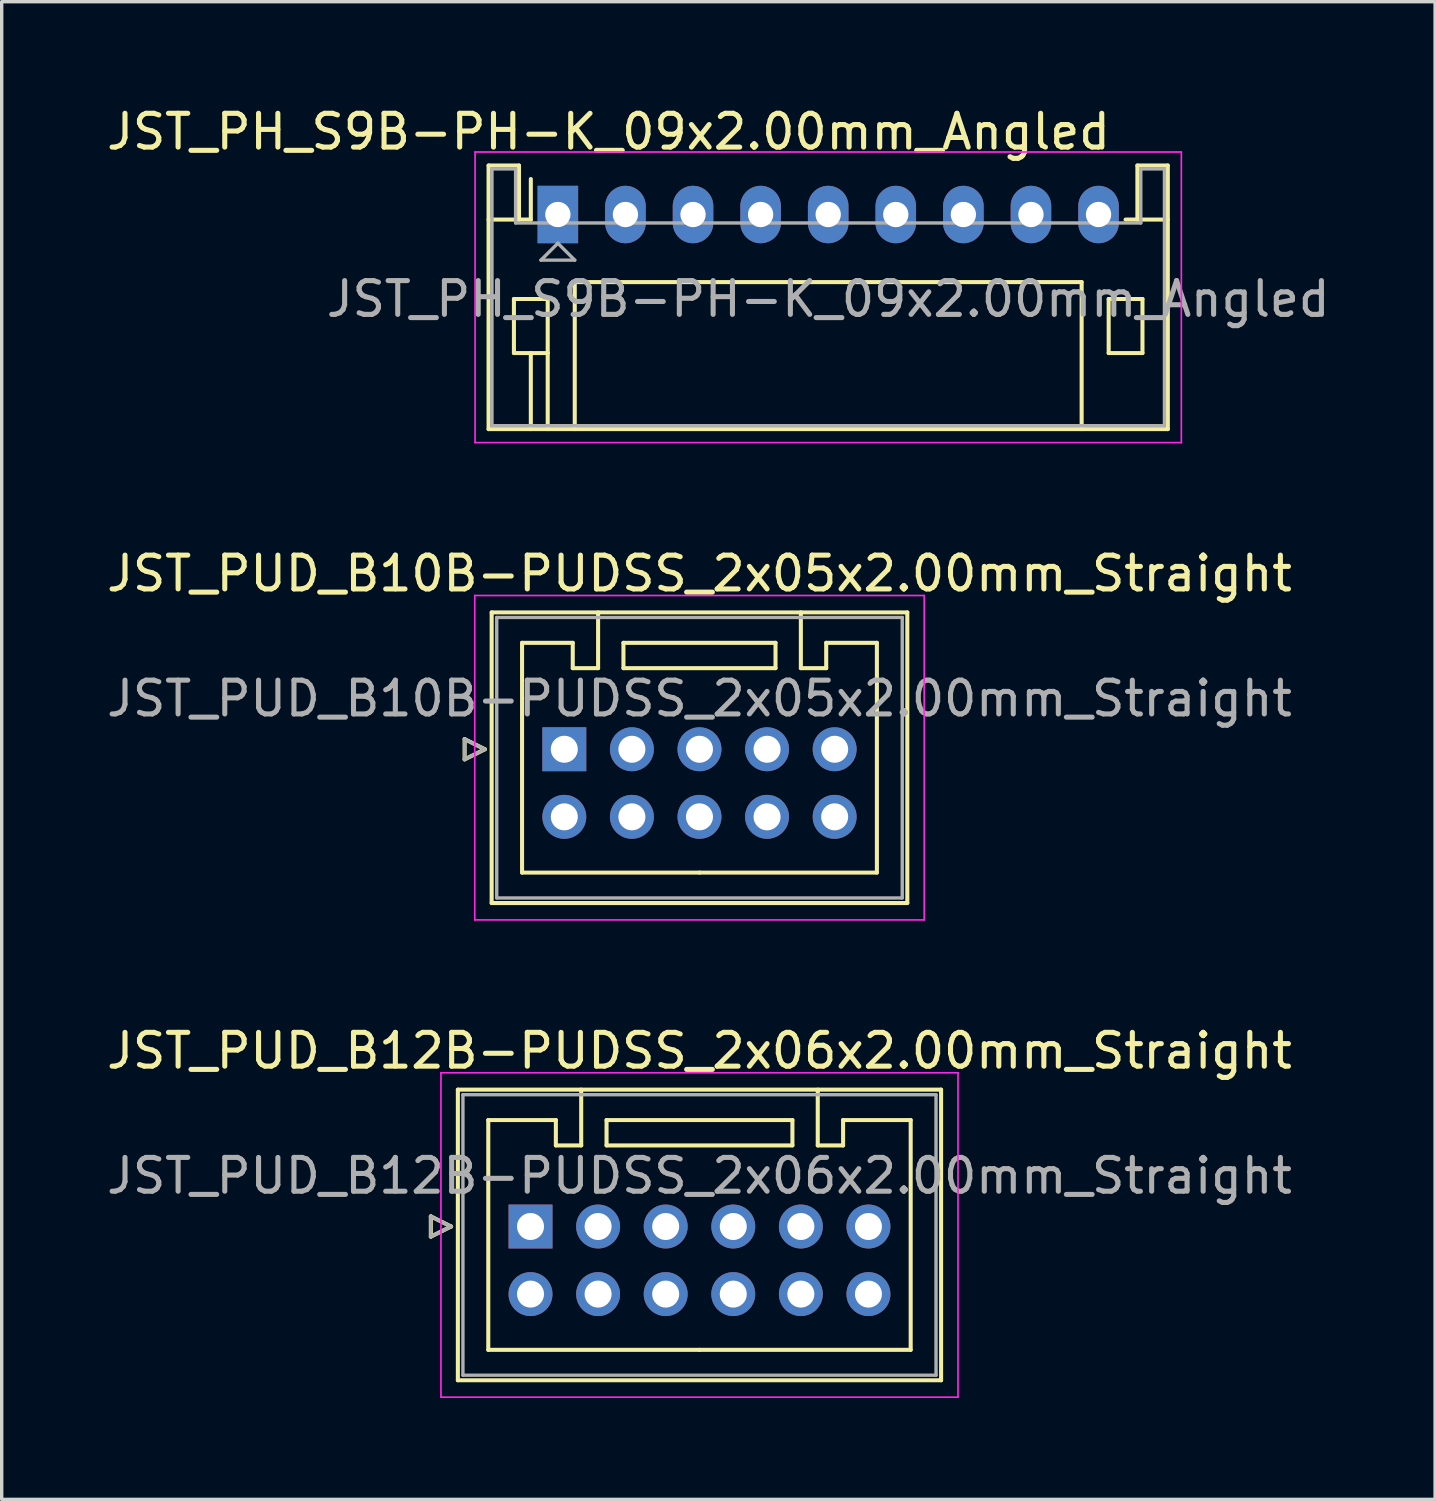
<source format=kicad_pcb>
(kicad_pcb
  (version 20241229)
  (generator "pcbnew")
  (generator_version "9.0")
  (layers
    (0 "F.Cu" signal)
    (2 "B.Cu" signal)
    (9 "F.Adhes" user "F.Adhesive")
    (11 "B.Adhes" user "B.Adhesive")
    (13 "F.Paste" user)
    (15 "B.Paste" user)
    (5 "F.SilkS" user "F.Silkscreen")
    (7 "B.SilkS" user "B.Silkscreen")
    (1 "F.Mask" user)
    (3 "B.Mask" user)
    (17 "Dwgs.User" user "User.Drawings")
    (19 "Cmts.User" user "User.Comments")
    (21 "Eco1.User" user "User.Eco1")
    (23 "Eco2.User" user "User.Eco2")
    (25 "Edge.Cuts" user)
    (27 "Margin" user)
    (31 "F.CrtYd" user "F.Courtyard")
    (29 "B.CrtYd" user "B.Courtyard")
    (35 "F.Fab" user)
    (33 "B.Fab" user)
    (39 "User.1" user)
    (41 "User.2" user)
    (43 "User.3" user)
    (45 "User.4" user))
  (footprint "JST_PH_S9B-PH-K_09x2.00mm_Angled"
    (layer "F.Cu")
    (at 13.458 3.298)
    (property "Reference" "JST_PH_S9B-PH-K_09x2.00mm_Angled" (at 1.5 -2.45 0) (layer "F.SilkS") (effects (font (size 1 1) (thickness 0.15))))
    (attr through_hole)
    (fp_line (start -2.05 -1.45) (end -2.05 6.35) (stroke (width 0.12) (type solid)) (layer "F.SilkS"))
    (fp_line (start -2.05 0.15) (end -1.15 0.15) (stroke (width 0.12) (type solid)) (layer "F.SilkS"))
    (fp_line (start -2.05 6.35) (end 18.05 6.35) (stroke (width 0.12) (type solid)) (layer "F.SilkS"))
    (fp_line (start -1.3 2.5) (end -1.3 4.1) (stroke (width 0.12) (type solid)) (layer "F.SilkS"))
    (fp_line (start -1.3 4.1) (end -0.3 4.1) (stroke (width 0.12) (type solid)) (layer "F.SilkS"))
    (fp_line (start -1.15 -1.45) (end -2.05 -1.45) (stroke (width 0.12) (type solid)) (layer "F.SilkS"))
    (fp_line (start -1.15 0.15) (end -1.15 -1.45) (stroke (width 0.12) (type solid)) (layer "F.SilkS"))
    (fp_line (start -0.8 0.15) (end -1.15 0.15) (stroke (width 0.12) (type solid)) (layer "F.SilkS"))
    (fp_line (start -0.8 0.15) (end -0.8 -1.05) (stroke (width 0.12) (type solid)) (layer "F.SilkS"))
    (fp_line (start -0.8 4.1) (end -0.8 6.35) (stroke (width 0.12) (type solid)) (layer "F.SilkS"))
    (fp_line (start -0.3 2.5) (end -1.3 2.5) (stroke (width 0.12) (type solid)) (layer "F.SilkS"))
    (fp_line (start -0.3 4.1) (end -0.3 2.5) (stroke (width 0.12) (type solid)) (layer "F.SilkS"))
    (fp_line (start -0.3 4.1) (end -0.3 6.35) (stroke (width 0.12) (type solid)) (layer "F.SilkS"))
    (fp_line (start 0.5 2) (end 15.5 2) (stroke (width 0.12) (type solid)) (layer "F.SilkS"))
    (fp_line (start 0.5 6.35) (end 0.5 2) (stroke (width 0.12) (type solid)) (layer "F.SilkS"))
    (fp_line (start 15.5 2) (end 15.5 6.35) (stroke (width 0.12) (type solid)) (layer "F.SilkS"))
    (fp_line (start 16.3 2.5) (end 17.3 2.5) (stroke (width 0.12) (type solid)) (layer "F.SilkS"))
    (fp_line (start 16.3 4.1) (end 16.3 2.5) (stroke (width 0.12) (type solid)) (layer "F.SilkS"))
    (fp_line (start 17.15 -1.45) (end 17.15 0.15) (stroke (width 0.12) (type solid)) (layer "F.SilkS"))
    (fp_line (start 17.15 0.15) (end 16.8 0.15) (stroke (width 0.12) (type solid)) (layer "F.SilkS"))
    (fp_line (start 17.3 2.5) (end 17.3 4.1) (stroke (width 0.12) (type solid)) (layer "F.SilkS"))
    (fp_line (start 17.3 4.1) (end 16.3 4.1) (stroke (width 0.12) (type solid)) (layer "F.SilkS"))
    (fp_line (start 18.05 -1.45) (end 17.15 -1.45) (stroke (width 0.12) (type solid)) (layer "F.SilkS"))
    (fp_line (start 18.05 0.15) (end 17.15 0.15) (stroke (width 0.12) (type solid)) (layer "F.SilkS"))
    (fp_line (start 18.05 6.35) (end 18.05 -1.45) (stroke (width 0.12) (type solid)) (layer "F.SilkS"))
    (fp_line (start -2.45 -1.85) (end -2.45 6.75) (stroke (width 0.05) (type solid)) (layer "F.CrtYd"))
    (fp_line (start -2.45 6.75) (end 18.45 6.75) (stroke (width 0.05) (type solid)) (layer "F.CrtYd"))
    (fp_line (start 18.45 -1.85) (end -2.45 -1.85) (stroke (width 0.05) (type solid)) (layer "F.CrtYd"))
    (fp_line (start 18.45 6.75) (end 18.45 -1.85) (stroke (width 0.05) (type solid)) (layer "F.CrtYd"))
    (fp_line (start -1.95 -1.35) (end -1.95 6.25) (stroke (width 0.1) (type solid)) (layer "F.Fab"))
    (fp_line (start -1.95 6.25) (end 17.95 6.25) (stroke (width 0.1) (type solid)) (layer "F.Fab"))
    (fp_line (start -1.25 -1.35) (end -1.95 -1.35) (stroke (width 0.1) (type solid)) (layer "F.Fab"))
    (fp_line (start -1.25 0.25) (end -1.25 -1.35) (stroke (width 0.1) (type solid)) (layer "F.Fab"))
    (fp_line (start -0.5 1.35) (end 0.5 1.35) (stroke (width 0.1) (type solid)) (layer "F.Fab"))
    (fp_line (start 0 0.85) (end -0.5 1.35) (stroke (width 0.1) (type solid)) (layer "F.Fab"))
    (fp_line (start 0.5 1.35) (end 0 0.85) (stroke (width 0.1) (type solid)) (layer "F.Fab"))
    (fp_line (start 17.25 -1.35) (end 17.25 0.25) (stroke (width 0.1) (type solid)) (layer "F.Fab"))
    (fp_line (start 17.25 0.25) (end -1.25 0.25) (stroke (width 0.1) (type solid)) (layer "F.Fab"))
    (fp_line (start 17.95 -1.35) (end 17.25 -1.35) (stroke (width 0.1) (type solid)) (layer "F.Fab"))
    (fp_line (start 17.95 6.25) (end 17.95 -1.35) (stroke (width 0.1) (type solid)) (layer "F.Fab"))
    (fp_text user "${REFERENCE}" (at 8 2.5 0) (layer "F.Fab") (effects (font (size 1 1) (thickness 0.15))))
    (pad "1" thru_hole rect (at 0 0) (size 1.2 1.7) (drill 0.75) (layers "*.Cu" "*.Mask"))
    (pad "2" thru_hole oval (at 2 0) (size 1.2 1.7) (drill 0.75) (layers "*.Cu" "*.Mask"))
    (pad "3" thru_hole oval (at 4 0) (size 1.2 1.7) (drill 0.75) (layers "*.Cu" "*.Mask"))
    (pad "4" thru_hole oval (at 6 0) (size 1.2 1.7) (drill 0.75) (layers "*.Cu" "*.Mask"))
    (pad "5" thru_hole oval (at 8 0) (size 1.2 1.7) (drill 0.75) (layers "*.Cu" "*.Mask"))
    (pad "6" thru_hole oval (at 10 0) (size 1.2 1.7) (drill 0.75) (layers "*.Cu" "*.Mask"))
    (pad "7" thru_hole oval (at 12 0) (size 1.2 1.7) (drill 0.75) (layers "*.Cu" "*.Mask"))
    (pad "8" thru_hole oval (at 14 0) (size 1.2 1.7) (drill 0.75) (layers "*.Cu" "*.Mask"))
    (pad "9" thru_hole oval (at 16 0) (size 1.2 1.7) (drill 0.75) (layers "*.Cu" "*.Mask")))
  (footprint "JST_PUD_B10B-PUDSS_2x05x2.00mm_Straight"
    (layer "F.Cu")
    (at 13.649 19.122)
    (property "Reference" "JST_PUD_B10B-PUDSS_2x05x2.00mm_Straight" (at 4 -5.2 0) (layer "F.SilkS") (effects (font (size 1 1) (thickness 0.15))))
    (attr through_hole)
    (fp_line (start -2.95 -0.3) (end -2.35 0) (stroke (width 0.12) (type solid)) (layer "F.SilkS"))
    (fp_line (start -2.95 0.3) (end -2.95 -0.3) (stroke (width 0.12) (type solid)) (layer "F.SilkS"))
    (fp_line (start -2.35 0) (end -2.95 0.3) (stroke (width 0.12) (type solid)) (layer "F.SilkS"))
    (fp_line (start -2.15 -4.05) (end -2.15 4.55) (stroke (width 0.12) (type solid)) (layer "F.SilkS"))
    (fp_line (start -2.15 4.55) (end 10.15 4.55) (stroke (width 0.12) (type solid)) (layer "F.SilkS"))
    (fp_line (start -1.25 -3.15) (end -1.25 3.65) (stroke (width 0.12) (type solid)) (layer "F.SilkS"))
    (fp_line (start -1.25 3.65) (end 4 3.65) (stroke (width 0.12) (type solid)) (layer "F.SilkS"))
    (fp_line (start 0.25 -3.15) (end -1.25 -3.15) (stroke (width 0.12) (type solid)) (layer "F.SilkS"))
    (fp_line (start 0.25 -2.4) (end 0.25 -3.15) (stroke (width 0.12) (type solid)) (layer "F.SilkS"))
    (fp_line (start 1 -4.05) (end 1 -2.4) (stroke (width 0.12) (type solid)) (layer "F.SilkS"))
    (fp_line (start 1 -2.4) (end 0.25 -2.4) (stroke (width 0.12) (type solid)) (layer "F.SilkS"))
    (fp_line (start 1.75 -3.15) (end 1.75 -2.4) (stroke (width 0.12) (type solid)) (layer "F.SilkS"))
    (fp_line (start 1.75 -2.4) (end 6.25 -2.4) (stroke (width 0.12) (type solid)) (layer "F.SilkS"))
    (fp_line (start 6.25 -3.15) (end 1.75 -3.15) (stroke (width 0.12) (type solid)) (layer "F.SilkS"))
    (fp_line (start 6.25 -2.4) (end 6.25 -3.15) (stroke (width 0.12) (type solid)) (layer "F.SilkS"))
    (fp_line (start 7 -4.05) (end 7 -2.4) (stroke (width 0.12) (type solid)) (layer "F.SilkS"))
    (fp_line (start 7 -2.4) (end 7.75 -2.4) (stroke (width 0.12) (type solid)) (layer "F.SilkS"))
    (fp_line (start 7.75 -3.15) (end 9.25 -3.15) (stroke (width 0.12) (type solid)) (layer "F.SilkS"))
    (fp_line (start 7.75 -2.4) (end 7.75 -3.15) (stroke (width 0.12) (type solid)) (layer "F.SilkS"))
    (fp_line (start 9.25 -3.15) (end 9.25 3.65) (stroke (width 0.12) (type solid)) (layer "F.SilkS"))
    (fp_line (start 9.25 3.65) (end 4 3.65) (stroke (width 0.12) (type solid)) (layer "F.SilkS"))
    (fp_line (start 10.15 -4.05) (end -2.15 -4.05) (stroke (width 0.12) (type solid)) (layer "F.SilkS"))
    (fp_line (start 10.15 4.55) (end 10.15 -4.05) (stroke (width 0.12) (type solid)) (layer "F.SilkS"))
    (fp_line (start -2.65 -4.55) (end -2.65 5.05) (stroke (width 0.05) (type solid)) (layer "F.CrtYd"))
    (fp_line (start -2.65 5.05) (end 10.65 5.05) (stroke (width 0.05) (type solid)) (layer "F.CrtYd"))
    (fp_line (start 10.65 -4.55) (end -2.65 -4.55) (stroke (width 0.05) (type solid)) (layer "F.CrtYd"))
    (fp_line (start 10.65 5.05) (end 10.65 -4.55) (stroke (width 0.05) (type solid)) (layer "F.CrtYd"))
    (fp_line (start -2.95 -0.3) (end -2.35 0) (stroke (width 0.1) (type solid)) (layer "F.Fab"))
    (fp_line (start -2.95 0.3) (end -2.95 -0.3) (stroke (width 0.1) (type solid)) (layer "F.Fab"))
    (fp_line (start -2.35 0) (end -2.95 0.3) (stroke (width 0.1) (type solid)) (layer "F.Fab"))
    (fp_line (start -2 -3.9) (end -2 4.4) (stroke (width 0.1) (type solid)) (layer "F.Fab"))
    (fp_line (start -2 4.4) (end 10 4.4) (stroke (width 0.1) (type solid)) (layer "F.Fab"))
    (fp_line (start 10 -3.9) (end -2 -3.9) (stroke (width 0.1) (type solid)) (layer "F.Fab"))
    (fp_line (start 10 4.4) (end 10 -3.9) (stroke (width 0.1) (type solid)) (layer "F.Fab"))
    (fp_text user "${REFERENCE}" (at 4 -1.5 0) (layer "F.Fab") (effects (font (size 1 1) (thickness 0.15))))
    (pad "1" thru_hole rect (at 0 0) (size 1.3 1.3) (drill 0.8) (layers "*.Cu" "*.Mask"))
    (pad "2" thru_hole circle (at 0 2) (size 1.3 1.3) (drill 0.8) (layers "*.Cu" "*.Mask"))
    (pad "3" thru_hole circle (at 2 0) (size 1.3 1.3) (drill 0.8) (layers "*.Cu" "*.Mask"))
    (pad "4" thru_hole circle (at 2 2) (size 1.3 1.3) (drill 0.8) (layers "*.Cu" "*.Mask"))
    (pad "5" thru_hole circle (at 4 0) (size 1.3 1.3) (drill 0.8) (layers "*.Cu" "*.Mask"))
    (pad "6" thru_hole circle (at 4 2) (size 1.3 1.3) (drill 0.8) (layers "*.Cu" "*.Mask"))
    (pad "7" thru_hole circle (at 6 0) (size 1.3 1.3) (drill 0.8) (layers "*.Cu" "*.Mask"))
    (pad "8" thru_hole circle (at 6 2) (size 1.3 1.3) (drill 0.8) (layers "*.Cu" "*.Mask"))
    (pad "9" thru_hole circle (at 8 0) (size 1.3 1.3) (drill 0.8) (layers "*.Cu" "*.Mask"))
    (pad "10" thru_hole circle (at 8 2) (size 1.3 1.3) (drill 0.8) (layers "*.Cu" "*.Mask")))
  (footprint "JST_PUD_B12B-PUDSS_2x06x2.00mm_Straight"
    (layer "F.Cu")
    (at 12.649 33.245)
    (property "Reference" "JST_PUD_B12B-PUDSS_2x06x2.00mm_Straight" (at 5 -5.2 0) (layer "F.SilkS") (effects (font (size 1 1) (thickness 0.15))))
    (attr through_hole)
    (fp_line (start -2.95 -0.3) (end -2.35 0) (stroke (width 0.12) (type solid)) (layer "F.SilkS"))
    (fp_line (start -2.95 0.3) (end -2.95 -0.3) (stroke (width 0.12) (type solid)) (layer "F.SilkS"))
    (fp_line (start -2.35 0) (end -2.95 0.3) (stroke (width 0.12) (type solid)) (layer "F.SilkS"))
    (fp_line (start -2.15 -4.05) (end -2.15 4.55) (stroke (width 0.12) (type solid)) (layer "F.SilkS"))
    (fp_line (start -2.15 4.55) (end 12.15 4.55) (stroke (width 0.12) (type solid)) (layer "F.SilkS"))
    (fp_line (start -1.25 -3.15) (end -1.25 3.65) (stroke (width 0.12) (type solid)) (layer "F.SilkS"))
    (fp_line (start -1.25 3.65) (end 5 3.65) (stroke (width 0.12) (type solid)) (layer "F.SilkS"))
    (fp_line (start 0.75 -3.15) (end -1.25 -3.15) (stroke (width 0.12) (type solid)) (layer "F.SilkS"))
    (fp_line (start 0.75 -2.4) (end 0.75 -3.15) (stroke (width 0.12) (type solid)) (layer "F.SilkS"))
    (fp_line (start 1.5 -4.05) (end 1.5 -2.4) (stroke (width 0.12) (type solid)) (layer "F.SilkS"))
    (fp_line (start 1.5 -2.4) (end 0.75 -2.4) (stroke (width 0.12) (type solid)) (layer "F.SilkS"))
    (fp_line (start 2.25 -3.15) (end 2.25 -2.4) (stroke (width 0.12) (type solid)) (layer "F.SilkS"))
    (fp_line (start 2.25 -2.4) (end 7.75 -2.4) (stroke (width 0.12) (type solid)) (layer "F.SilkS"))
    (fp_line (start 7.75 -3.15) (end 2.25 -3.15) (stroke (width 0.12) (type solid)) (layer "F.SilkS"))
    (fp_line (start 7.75 -2.4) (end 7.75 -3.15) (stroke (width 0.12) (type solid)) (layer "F.SilkS"))
    (fp_line (start 8.5 -4.05) (end 8.5 -2.4) (stroke (width 0.12) (type solid)) (layer "F.SilkS"))
    (fp_line (start 8.5 -2.4) (end 9.25 -2.4) (stroke (width 0.12) (type solid)) (layer "F.SilkS"))
    (fp_line (start 9.25 -3.15) (end 11.25 -3.15) (stroke (width 0.12) (type solid)) (layer "F.SilkS"))
    (fp_line (start 9.25 -2.4) (end 9.25 -3.15) (stroke (width 0.12) (type solid)) (layer "F.SilkS"))
    (fp_line (start 11.25 -3.15) (end 11.25 3.65) (stroke (width 0.12) (type solid)) (layer "F.SilkS"))
    (fp_line (start 11.25 3.65) (end 5 3.65) (stroke (width 0.12) (type solid)) (layer "F.SilkS"))
    (fp_line (start 12.15 -4.05) (end -2.15 -4.05) (stroke (width 0.12) (type solid)) (layer "F.SilkS"))
    (fp_line (start 12.15 4.55) (end 12.15 -4.05) (stroke (width 0.12) (type solid)) (layer "F.SilkS"))
    (fp_line (start -2.65 -4.55) (end -2.65 5.05) (stroke (width 0.05) (type solid)) (layer "F.CrtYd"))
    (fp_line (start -2.65 5.05) (end 12.65 5.05) (stroke (width 0.05) (type solid)) (layer "F.CrtYd"))
    (fp_line (start 12.65 -4.55) (end -2.65 -4.55) (stroke (width 0.05) (type solid)) (layer "F.CrtYd"))
    (fp_line (start 12.65 5.05) (end 12.65 -4.55) (stroke (width 0.05) (type solid)) (layer "F.CrtYd"))
    (fp_line (start -2.95 -0.3) (end -2.35 0) (stroke (width 0.1) (type solid)) (layer "F.Fab"))
    (fp_line (start -2.95 0.3) (end -2.95 -0.3) (stroke (width 0.1) (type solid)) (layer "F.Fab"))
    (fp_line (start -2.35 0) (end -2.95 0.3) (stroke (width 0.1) (type solid)) (layer "F.Fab"))
    (fp_line (start -2 -3.9) (end -2 4.4) (stroke (width 0.1) (type solid)) (layer "F.Fab"))
    (fp_line (start -2 4.4) (end 12 4.4) (stroke (width 0.1) (type solid)) (layer "F.Fab"))
    (fp_line (start 12 -3.9) (end -2 -3.9) (stroke (width 0.1) (type solid)) (layer "F.Fab"))
    (fp_line (start 12 4.4) (end 12 -3.9) (stroke (width 0.1) (type solid)) (layer "F.Fab"))
    (fp_text user "${REFERENCE}" (at 5 -1.5 0) (layer "F.Fab") (effects (font (size 1 1) (thickness 0.15))))
    (pad "1" thru_hole rect (at 0 0) (size 1.3 1.3) (drill 0.8) (layers "*.Cu" "*.Mask"))
    (pad "2" thru_hole circle (at 0 2) (size 1.3 1.3) (drill 0.8) (layers "*.Cu" "*.Mask"))
    (pad "3" thru_hole circle (at 2 0) (size 1.3 1.3) (drill 0.8) (layers "*.Cu" "*.Mask"))
    (pad "4" thru_hole circle (at 2 2) (size 1.3 1.3) (drill 0.8) (layers "*.Cu" "*.Mask"))
    (pad "5" thru_hole circle (at 4 0) (size 1.3 1.3) (drill 0.8) (layers "*.Cu" "*.Mask"))
    (pad "6" thru_hole circle (at 4 2) (size 1.3 1.3) (drill 0.8) (layers "*.Cu" "*.Mask"))
    (pad "7" thru_hole circle (at 6 0) (size 1.3 1.3) (drill 0.8) (layers "*.Cu" "*.Mask"))
    (pad "8" thru_hole circle (at 6 2) (size 1.3 1.3) (drill 0.8) (layers "*.Cu" "*.Mask"))
    (pad "9" thru_hole circle (at 8 0) (size 1.3 1.3) (drill 0.8) (layers "*.Cu" "*.Mask"))
    (pad "10" thru_hole circle (at 8 2) (size 1.3 1.3) (drill 0.8) (layers "*.Cu" "*.Mask"))
    (pad "11" thru_hole circle (at 10 0) (size 1.3 1.3) (drill 0.8) (layers "*.Cu" "*.Mask"))
    (pad "12" thru_hole circle (at 10 2) (size 1.3 1.3) (drill 0.8) (layers "*.Cu" "*.Mask")))
  (gr_rect
    (start -3 -3)
    (end 39.417 41.32)
    (stroke (width 0.1) (type default))
    (fill no)
    (layer "Edge.Cuts")))
</source>
